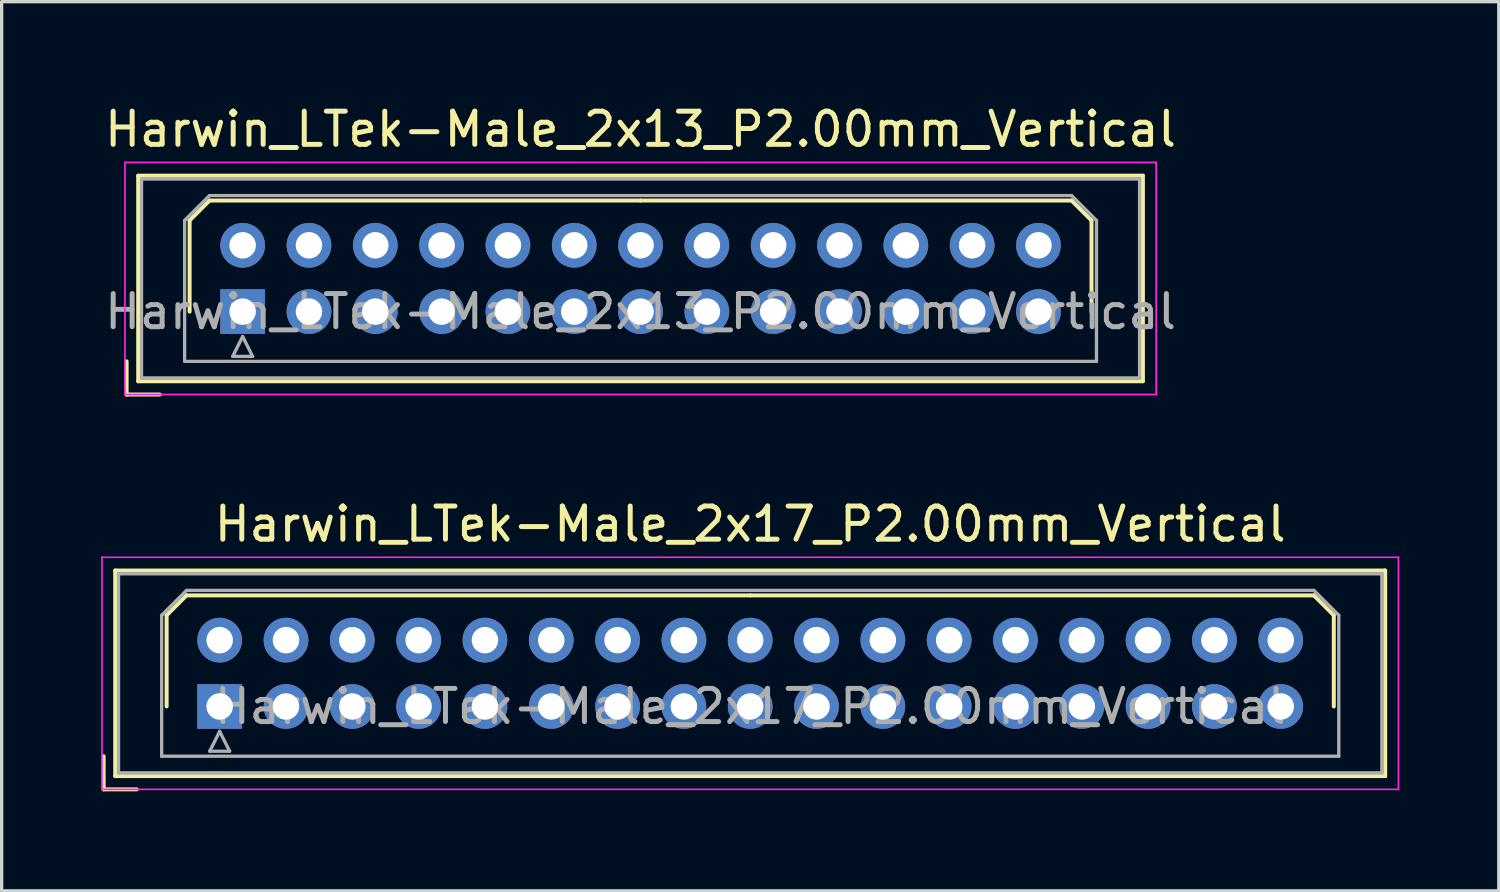
<source format=kicad_pcb>
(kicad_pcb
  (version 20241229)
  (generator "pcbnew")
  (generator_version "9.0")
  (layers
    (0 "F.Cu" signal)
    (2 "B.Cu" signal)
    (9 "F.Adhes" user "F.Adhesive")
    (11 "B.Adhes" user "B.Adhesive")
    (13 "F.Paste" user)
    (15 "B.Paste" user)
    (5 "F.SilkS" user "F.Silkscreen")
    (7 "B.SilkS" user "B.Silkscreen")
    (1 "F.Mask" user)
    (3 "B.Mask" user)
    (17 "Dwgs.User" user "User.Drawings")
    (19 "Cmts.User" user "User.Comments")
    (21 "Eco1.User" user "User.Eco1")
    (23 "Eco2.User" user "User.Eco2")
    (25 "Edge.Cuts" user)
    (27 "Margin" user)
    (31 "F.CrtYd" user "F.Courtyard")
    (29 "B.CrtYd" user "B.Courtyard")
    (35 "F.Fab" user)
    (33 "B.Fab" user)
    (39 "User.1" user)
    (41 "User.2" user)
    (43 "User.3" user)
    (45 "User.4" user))
  (footprint "Harwin_LTek-Male_2x13_P2.00mm_Vertical"
    (layer "F.Cu")
    (at 4.268 6.348)
    (property "Reference" "Harwin_LTek-Male_2x13_P2.00mm_Vertical" (at 12 -5.5 0) (layer "F.SilkS") (effects (font (size 1 1) (thickness 0.15))))
    (attr through_hole)
    (fp_line (start -3.5 1.5) (end -3.5 2.5) (stroke (width 0.12) (type solid)) (layer "F.SilkS"))
    (fp_line (start -3.5 2.5) (end -2.5 2.5) (stroke (width 0.12) (type solid)) (layer "F.SilkS"))
    (fp_line (start -3.15 -4.1) (end -3.15 2.1) (stroke (width 0.12) (type solid)) (layer "F.SilkS"))
    (fp_line (start -3.15 2.1) (end 27.15 2.1) (stroke (width 0.12) (type solid)) (layer "F.SilkS"))
    (fp_line (start -1.6 -2.75) (end -1 -3.35) (stroke (width 0.12) (type solid)) (layer "F.SilkS"))
    (fp_line (start -1.6 0) (end -1.6 -2.75) (stroke (width 0.12) (type solid)) (layer "F.SilkS"))
    (fp_line (start -1 -3.35) (end 12 -3.35) (stroke (width 0.12) (type solid)) (layer "F.SilkS"))
    (fp_line (start 25 -3.35) (end 12 -3.35) (stroke (width 0.12) (type solid)) (layer "F.SilkS"))
    (fp_line (start 25.6 -2.75) (end 25 -3.35) (stroke (width 0.12) (type solid)) (layer "F.SilkS"))
    (fp_line (start 25.6 0) (end 25.6 -2.75) (stroke (width 0.12) (type solid)) (layer "F.SilkS"))
    (fp_line (start 27.15 -4.1) (end -3.15 -4.1) (stroke (width 0.12) (type solid)) (layer "F.SilkS"))
    (fp_line (start 27.15 2.1) (end 27.15 -4.1) (stroke (width 0.12) (type solid)) (layer "F.SilkS"))
    (fp_line (start -3.55 -4.5) (end -3.55 2.5) (stroke (width 0.05) (type solid)) (layer "F.CrtYd"))
    (fp_line (start -3.55 2.5) (end 27.55 2.5) (stroke (width 0.05) (type solid)) (layer "F.CrtYd"))
    (fp_line (start 27.55 -4.5) (end -3.55 -4.5) (stroke (width 0.05) (type solid)) (layer "F.CrtYd"))
    (fp_line (start 27.55 2.5) (end 27.55 -4.5) (stroke (width 0.05) (type solid)) (layer "F.CrtYd"))
    (fp_line (start -3.05 -4) (end -3.05 2) (stroke (width 0.1) (type solid)) (layer "F.Fab"))
    (fp_line (start -3.05 2) (end 27.05 2) (stroke (width 0.1) (type solid)) (layer "F.Fab"))
    (fp_line (start -1.75 -2.75) (end -1 -3.5) (stroke (width 0.1) (type solid)) (layer "F.Fab"))
    (fp_line (start -1.75 1.5) (end -1.75 -2.75) (stroke (width 0.1) (type solid)) (layer "F.Fab"))
    (fp_line (start -1 -3.5) (end 25 -3.5) (stroke (width 0.1) (type solid)) (layer "F.Fab"))
    (fp_line (start -0.3 1.35) (end 0.3 1.35) (stroke (width 0.1) (type solid)) (layer "F.Fab"))
    (fp_line (start 0 0.75) (end -0.3 1.35) (stroke (width 0.1) (type solid)) (layer "F.Fab"))
    (fp_line (start 0.3 1.35) (end 0 0.75) (stroke (width 0.1) (type solid)) (layer "F.Fab"))
    (fp_line (start 25 -3.5) (end 25.75 -2.75) (stroke (width 0.1) (type solid)) (layer "F.Fab"))
    (fp_line (start 25.75 -2.75) (end 25.75 1.5) (stroke (width 0.1) (type solid)) (layer "F.Fab"))
    (fp_line (start 25.75 1.5) (end -1.75 1.5) (stroke (width 0.1) (type solid)) (layer "F.Fab"))
    (fp_line (start 27.05 -4) (end -3.05 -4) (stroke (width 0.1) (type solid)) (layer "F.Fab"))
    (fp_line (start 27.05 2) (end 27.05 -4) (stroke (width 0.1) (type solid)) (layer "F.Fab"))
    (fp_text user "${REFERENCE}" (at 12 0 0) (layer "F.Fab") (effects (font (size 1 1) (thickness 0.15))))
    (pad "1" thru_hole rect (at 0 0) (size 1.35 1.35) (drill 0.8) (layers "*.Cu" "*.Mask"))
    (pad "2" thru_hole circle (at 0 -2) (size 1.35 1.35) (drill 0.8) (layers "*.Cu" "*.Mask"))
    (pad "3" thru_hole circle (at 2 0) (size 1.35 1.35) (drill 0.8) (layers "*.Cu" "*.Mask"))
    (pad "4" thru_hole circle (at 2 -2) (size 1.35 1.35) (drill 0.8) (layers "*.Cu" "*.Mask"))
    (pad "5" thru_hole circle (at 4 0) (size 1.35 1.35) (drill 0.8) (layers "*.Cu" "*.Mask"))
    (pad "6" thru_hole circle (at 4 -2) (size 1.35 1.35) (drill 0.8) (layers "*.Cu" "*.Mask"))
    (pad "7" thru_hole circle (at 6 0) (size 1.35 1.35) (drill 0.8) (layers "*.Cu" "*.Mask"))
    (pad "8" thru_hole circle (at 6 -2) (size 1.35 1.35) (drill 0.8) (layers "*.Cu" "*.Mask"))
    (pad "9" thru_hole circle (at 8 0) (size 1.35 1.35) (drill 0.8) (layers "*.Cu" "*.Mask"))
    (pad "10" thru_hole circle (at 8 -2) (size 1.35 1.35) (drill 0.8) (layers "*.Cu" "*.Mask"))
    (pad "11" thru_hole circle (at 10 0) (size 1.35 1.35) (drill 0.8) (layers "*.Cu" "*.Mask"))
    (pad "12" thru_hole circle (at 10 -2) (size 1.35 1.35) (drill 0.8) (layers "*.Cu" "*.Mask"))
    (pad "13" thru_hole circle (at 12 0) (size 1.35 1.35) (drill 0.8) (layers "*.Cu" "*.Mask"))
    (pad "14" thru_hole circle (at 12 -2) (size 1.35 1.35) (drill 0.8) (layers "*.Cu" "*.Mask"))
    (pad "15" thru_hole circle (at 14 0) (size 1.35 1.35) (drill 0.8) (layers "*.Cu" "*.Mask"))
    (pad "16" thru_hole circle (at 14 -2) (size 1.35 1.35) (drill 0.8) (layers "*.Cu" "*.Mask"))
    (pad "17" thru_hole circle (at 16 0) (size 1.35 1.35) (drill 0.8) (layers "*.Cu" "*.Mask"))
    (pad "18" thru_hole circle (at 16 -2) (size 1.35 1.35) (drill 0.8) (layers "*.Cu" "*.Mask"))
    (pad "19" thru_hole circle (at 18 0) (size 1.35 1.35) (drill 0.8) (layers "*.Cu" "*.Mask"))
    (pad "20" thru_hole circle (at 18 -2) (size 1.35 1.35) (drill 0.8) (layers "*.Cu" "*.Mask"))
    (pad "21" thru_hole circle (at 20 0) (size 1.35 1.35) (drill 0.8) (layers "*.Cu" "*.Mask"))
    (pad "22" thru_hole circle (at 20 -2) (size 1.35 1.35) (drill 0.8) (layers "*.Cu" "*.Mask"))
    (pad "23" thru_hole circle (at 22 0) (size 1.35 1.35) (drill 0.8) (layers "*.Cu" "*.Mask"))
    (pad "24" thru_hole circle (at 22 -2) (size 1.35 1.35) (drill 0.8) (layers "*.Cu" "*.Mask"))
    (pad "25" thru_hole circle (at 24 0) (size 1.35 1.35) (drill 0.8) (layers "*.Cu" "*.Mask"))
    (pad "26" thru_hole circle (at 24 -2) (size 1.35 1.35) (drill 0.8) (layers "*.Cu" "*.Mask")))
  (footprint "Harwin_LTek-Male_2x17_P2.00mm_Vertical"
    (layer "F.Cu")
    (at 3.575 18.256)
    (property "Reference" "Harwin_LTek-Male_2x17_P2.00mm_Vertical" (at 16 -5.5 0) (layer "F.SilkS") (effects (font (size 1 1) (thickness 0.15))))
    (attr through_hole)
    (fp_line (start -3.5 1.5) (end -3.5 2.5) (stroke (width 0.12) (type solid)) (layer "F.SilkS"))
    (fp_line (start -3.5 2.5) (end -2.5 2.5) (stroke (width 0.12) (type solid)) (layer "F.SilkS"))
    (fp_line (start -3.15 -4.1) (end -3.15 2.1) (stroke (width 0.12) (type solid)) (layer "F.SilkS"))
    (fp_line (start -3.15 2.1) (end 35.15 2.1) (stroke (width 0.12) (type solid)) (layer "F.SilkS"))
    (fp_line (start -1.6 -2.75) (end -1 -3.35) (stroke (width 0.12) (type solid)) (layer "F.SilkS"))
    (fp_line (start -1.6 0) (end -1.6 -2.75) (stroke (width 0.12) (type solid)) (layer "F.SilkS"))
    (fp_line (start -1 -3.35) (end 16 -3.35) (stroke (width 0.12) (type solid)) (layer "F.SilkS"))
    (fp_line (start 33 -3.35) (end 16 -3.35) (stroke (width 0.12) (type solid)) (layer "F.SilkS"))
    (fp_line (start 33.6 -2.75) (end 33 -3.35) (stroke (width 0.12) (type solid)) (layer "F.SilkS"))
    (fp_line (start 33.6 0) (end 33.6 -2.75) (stroke (width 0.12) (type solid)) (layer "F.SilkS"))
    (fp_line (start 35.15 -4.1) (end -3.15 -4.1) (stroke (width 0.12) (type solid)) (layer "F.SilkS"))
    (fp_line (start 35.15 2.1) (end 35.15 -4.1) (stroke (width 0.12) (type solid)) (layer "F.SilkS"))
    (fp_line (start -3.55 -4.5) (end -3.55 2.5) (stroke (width 0.05) (type solid)) (layer "F.CrtYd"))
    (fp_line (start -3.55 2.5) (end 35.55 2.5) (stroke (width 0.05) (type solid)) (layer "F.CrtYd"))
    (fp_line (start 35.55 -4.5) (end -3.55 -4.5) (stroke (width 0.05) (type solid)) (layer "F.CrtYd"))
    (fp_line (start 35.55 2.5) (end 35.55 -4.5) (stroke (width 0.05) (type solid)) (layer "F.CrtYd"))
    (fp_line (start -3.05 -4) (end -3.05 2) (stroke (width 0.1) (type solid)) (layer "F.Fab"))
    (fp_line (start -3.05 2) (end 35.05 2) (stroke (width 0.1) (type solid)) (layer "F.Fab"))
    (fp_line (start -1.75 -2.75) (end -1 -3.5) (stroke (width 0.1) (type solid)) (layer "F.Fab"))
    (fp_line (start -1.75 1.5) (end -1.75 -2.75) (stroke (width 0.1) (type solid)) (layer "F.Fab"))
    (fp_line (start -1 -3.5) (end 33 -3.5) (stroke (width 0.1) (type solid)) (layer "F.Fab"))
    (fp_line (start -0.3 1.35) (end 0.3 1.35) (stroke (width 0.1) (type solid)) (layer "F.Fab"))
    (fp_line (start 0 0.75) (end -0.3 1.35) (stroke (width 0.1) (type solid)) (layer "F.Fab"))
    (fp_line (start 0.3 1.35) (end 0 0.75) (stroke (width 0.1) (type solid)) (layer "F.Fab"))
    (fp_line (start 33 -3.5) (end 33.75 -2.75) (stroke (width 0.1) (type solid)) (layer "F.Fab"))
    (fp_line (start 33.75 -2.75) (end 33.75 1.5) (stroke (width 0.1) (type solid)) (layer "F.Fab"))
    (fp_line (start 33.75 1.5) (end -1.75 1.5) (stroke (width 0.1) (type solid)) (layer "F.Fab"))
    (fp_line (start 35.05 -4) (end -3.05 -4) (stroke (width 0.1) (type solid)) (layer "F.Fab"))
    (fp_line (start 35.05 2) (end 35.05 -4) (stroke (width 0.1) (type solid)) (layer "F.Fab"))
    (fp_text user "${REFERENCE}" (at 16 0 0) (layer "F.Fab") (effects (font (size 1 1) (thickness 0.15))))
    (pad "1" thru_hole rect (at 0 0) (size 1.35 1.35) (drill 0.8) (layers "*.Cu" "*.Mask"))
    (pad "2" thru_hole circle (at 0 -2) (size 1.35 1.35) (drill 0.8) (layers "*.Cu" "*.Mask"))
    (pad "3" thru_hole circle (at 2 0) (size 1.35 1.35) (drill 0.8) (layers "*.Cu" "*.Mask"))
    (pad "4" thru_hole circle (at 2 -2) (size 1.35 1.35) (drill 0.8) (layers "*.Cu" "*.Mask"))
    (pad "5" thru_hole circle (at 4 0) (size 1.35 1.35) (drill 0.8) (layers "*.Cu" "*.Mask"))
    (pad "6" thru_hole circle (at 4 -2) (size 1.35 1.35) (drill 0.8) (layers "*.Cu" "*.Mask"))
    (pad "7" thru_hole circle (at 6 0) (size 1.35 1.35) (drill 0.8) (layers "*.Cu" "*.Mask"))
    (pad "8" thru_hole circle (at 6 -2) (size 1.35 1.35) (drill 0.8) (layers "*.Cu" "*.Mask"))
    (pad "9" thru_hole circle (at 8 0) (size 1.35 1.35) (drill 0.8) (layers "*.Cu" "*.Mask"))
    (pad "10" thru_hole circle (at 8 -2) (size 1.35 1.35) (drill 0.8) (layers "*.Cu" "*.Mask"))
    (pad "11" thru_hole circle (at 10 0) (size 1.35 1.35) (drill 0.8) (layers "*.Cu" "*.Mask"))
    (pad "12" thru_hole circle (at 10 -2) (size 1.35 1.35) (drill 0.8) (layers "*.Cu" "*.Mask"))
    (pad "13" thru_hole circle (at 12 0) (size 1.35 1.35) (drill 0.8) (layers "*.Cu" "*.Mask"))
    (pad "14" thru_hole circle (at 12 -2) (size 1.35 1.35) (drill 0.8) (layers "*.Cu" "*.Mask"))
    (pad "15" thru_hole circle (at 14 0) (size 1.35 1.35) (drill 0.8) (layers "*.Cu" "*.Mask"))
    (pad "16" thru_hole circle (at 14 -2) (size 1.35 1.35) (drill 0.8) (layers "*.Cu" "*.Mask"))
    (pad "17" thru_hole circle (at 16 0) (size 1.35 1.35) (drill 0.8) (layers "*.Cu" "*.Mask"))
    (pad "18" thru_hole circle (at 16 -2) (size 1.35 1.35) (drill 0.8) (layers "*.Cu" "*.Mask"))
    (pad "19" thru_hole circle (at 18 0) (size 1.35 1.35) (drill 0.8) (layers "*.Cu" "*.Mask"))
    (pad "20" thru_hole circle (at 18 -2) (size 1.35 1.35) (drill 0.8) (layers "*.Cu" "*.Mask"))
    (pad "21" thru_hole circle (at 20 0) (size 1.35 1.35) (drill 0.8) (layers "*.Cu" "*.Mask"))
    (pad "22" thru_hole circle (at 20 -2) (size 1.35 1.35) (drill 0.8) (layers "*.Cu" "*.Mask"))
    (pad "23" thru_hole circle (at 22 0) (size 1.35 1.35) (drill 0.8) (layers "*.Cu" "*.Mask"))
    (pad "24" thru_hole circle (at 22 -2) (size 1.35 1.35) (drill 0.8) (layers "*.Cu" "*.Mask"))
    (pad "25" thru_hole circle (at 24 0) (size 1.35 1.35) (drill 0.8) (layers "*.Cu" "*.Mask"))
    (pad "26" thru_hole circle (at 24 -2) (size 1.35 1.35) (drill 0.8) (layers "*.Cu" "*.Mask"))
    (pad "27" thru_hole circle (at 26 0) (size 1.35 1.35) (drill 0.8) (layers "*.Cu" "*.Mask"))
    (pad "28" thru_hole circle (at 26 -2) (size 1.35 1.35) (drill 0.8) (layers "*.Cu" "*.Mask"))
    (pad "29" thru_hole circle (at 28 0) (size 1.35 1.35) (drill 0.8) (layers "*.Cu" "*.Mask"))
    (pad "30" thru_hole circle (at 28 -2) (size 1.35 1.35) (drill 0.8) (layers "*.Cu" "*.Mask"))
    (pad "31" thru_hole circle (at 30 0) (size 1.35 1.35) (drill 0.8) (layers "*.Cu" "*.Mask"))
    (pad "32" thru_hole circle (at 30 -2) (size 1.35 1.35) (drill 0.8) (layers "*.Cu" "*.Mask"))
    (pad "33" thru_hole circle (at 32 0) (size 1.35 1.35) (drill 0.8) (layers "*.Cu" "*.Mask"))
    (pad "34" thru_hole circle (at 32 -2) (size 1.35 1.35) (drill 0.8) (layers "*.Cu" "*.Mask")))
  (gr_rect
    (start -3 -3)
    (end 42.15 23.817)
    (stroke (width 0.1) (type default))
    (fill no)
    (layer "Edge.Cuts")))
</source>
